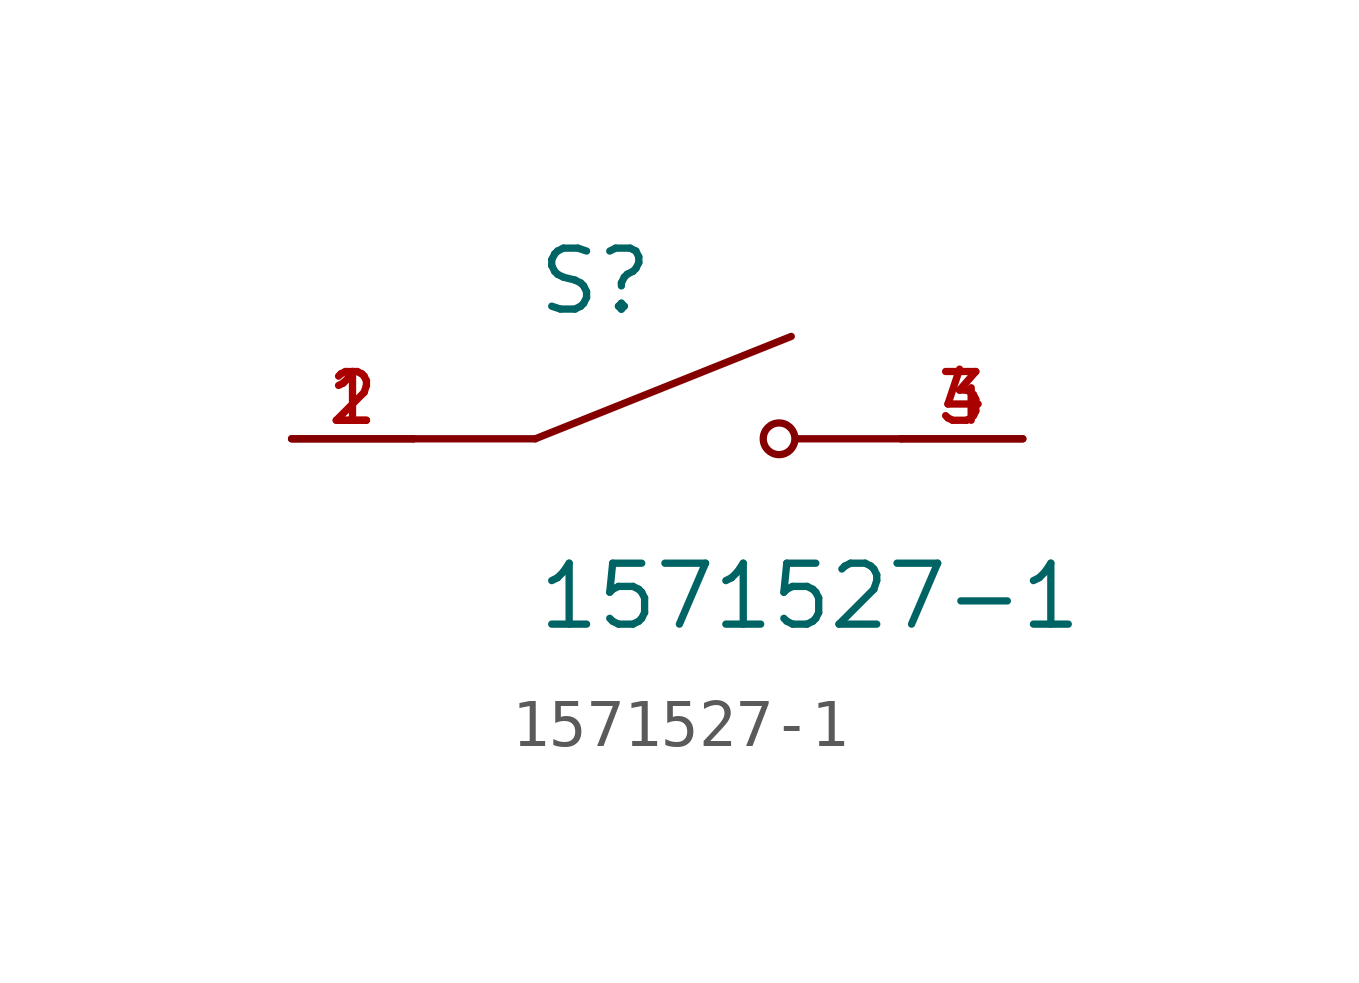
<source format=kicad_sym>
(kicad_symbol_lib
  (version 20211014)
  (generator kicad_symbol_editor)
  (symbol "1571527-1"
    (pin_names
      (offset 1.016))
    (property "Reference" "S"
      (at -2.54 2.54 0)
      (effects (font (size 1.27 1.27)) (justify bottom left)))
    (property "Value" "1571527-1"
      (at -2.54 -2.54 0)
      (effects (font (size 1.27 1.27)) (justify top left)))
    (symbol "1571527-1_0_0"
      (polyline (pts (xy -2.54 0.0) (xy 2.794 2.134)) (stroke (width 0.152)))
      (circle (center 2.54 0.0) (radius 0.33) (stroke (width 0.152)) (fill (type none)))
      (polyline (pts (xy 5.08 0.0) (xy 2.921 0.0)) (stroke (width 0.152)))
      (polyline (pts (xy -2.54 0.0) (xy -5.08 0.0)) (stroke (width 0.152)))
      (pin passive line (at -7.62 0.0 0) (length 2.54) (name "~" (effects (font (size 1.016 1.016)))) (number "1" (effects (font (size 1.016 1.016)))))
      (pin passive line (at -7.62 0.0 0) (length 2.54) (name "~" (effects (font (size 1.016 1.016)))) (number "2" (effects (font (size 1.016 1.016)))))
      (pin passive line (at 7.62 0.0 180.0) (length 2.54) (name "~" (effects (font (size 1.016 1.016)))) (number "3" (effects (font (size 1.016 1.016)))))
      (pin passive line (at 7.62 0.0 180.0) (length 2.54) (name "~" (effects (font (size 1.016 1.016)))) (number "4" (effects (font (size 1.016 1.016))))))))
</source>
